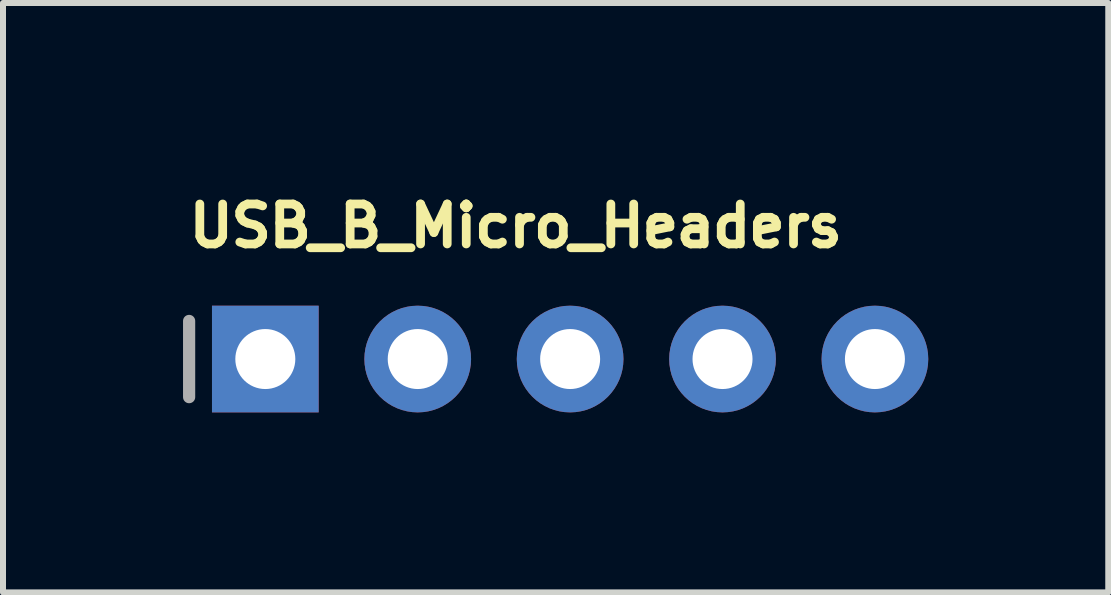
<source format=kicad_pcb>
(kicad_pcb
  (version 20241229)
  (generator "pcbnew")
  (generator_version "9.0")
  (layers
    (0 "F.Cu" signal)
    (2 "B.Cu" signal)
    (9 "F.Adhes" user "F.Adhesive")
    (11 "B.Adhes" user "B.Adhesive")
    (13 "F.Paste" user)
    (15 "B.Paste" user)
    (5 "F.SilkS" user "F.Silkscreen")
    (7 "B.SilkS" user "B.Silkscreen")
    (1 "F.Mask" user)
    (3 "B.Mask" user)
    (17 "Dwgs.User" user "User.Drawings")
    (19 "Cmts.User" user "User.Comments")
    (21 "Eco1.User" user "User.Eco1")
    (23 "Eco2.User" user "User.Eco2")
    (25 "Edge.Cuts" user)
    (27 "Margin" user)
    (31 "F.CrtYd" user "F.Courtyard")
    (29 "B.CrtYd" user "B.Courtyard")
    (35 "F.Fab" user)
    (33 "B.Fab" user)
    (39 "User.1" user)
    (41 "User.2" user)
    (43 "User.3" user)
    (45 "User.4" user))
  (footprint "USB_B_Micro_Headers"
    (layer "F.Cu")
    (at 6.452 2.934)
    (property "Reference" "USB_B_Micro_Headers" (at -6.426 -1.829 0) (layer "F.SilkS") (effects (font (size 0.666 0.666) (thickness 0.146)) (justify left bottom)))
    (fp_line (start -6.35 -0.635) (end -6.35 0.635) (stroke (width 0.203) (type solid)) (layer "F.Fab"))
    (fp_poly (pts (xy -5.334 0.254) (xy -4.826 0.254) (xy -4.826 -0.254) (xy -5.334 -0.254)) (stroke (width 0.1) (type solid)) (fill no) (layer "F.Fab"))
    (fp_poly (pts (xy -2.794 0.254) (xy -2.286 0.254) (xy -2.286 -0.254) (xy -2.794 -0.254)) (stroke (width 0.1) (type solid)) (fill no) (layer "F.Fab"))
    (fp_poly (pts (xy -0.254 0.254) (xy 0.254 0.254) (xy 0.254 -0.254) (xy -0.254 -0.254)) (stroke (width 0.1) (type solid)) (fill no) (layer "F.Fab"))
    (fp_poly (pts (xy 2.286 0.254) (xy 2.794 0.254) (xy 2.794 -0.254) (xy 2.286 -0.254)) (stroke (width 0.1) (type solid)) (fill no) (layer "F.Fab"))
    (fp_poly (pts (xy 4.826 0.254) (xy 5.334 0.254) (xy 5.334 -0.254) (xy 4.826 -0.254)) (stroke (width 0.1) (type solid)) (fill no) (layer "F.Fab"))
    (pad "1" thru_hole rect (at -5.08 0 90) (size 1.778 1.778) (drill 1) (layers "*.Cu" "*.Mask"))
    (pad "2" thru_hole circle (at -2.54 0 90) (size 1.778 1.778) (drill 1) (layers "*.Cu" "*.Mask"))
    (pad "3" thru_hole circle (at 0 0 90) (size 1.778 1.778) (drill 1) (layers "*.Cu" "*.Mask"))
    (pad "4" thru_hole circle (at 2.54 0 90) (size 1.778 1.778) (drill 1) (layers "*.Cu" "*.Mask"))
    (pad "5" thru_hole circle (at 5.08 0 90) (size 1.778 1.778) (drill 1) (layers "*.Cu" "*.Mask")))
  (gr_rect
    (start -3 -3)
    (end 15.421 6.823)
    (stroke (width 0.1) (type default))
    (fill no)
    (layer "Edge.Cuts")))
</source>
